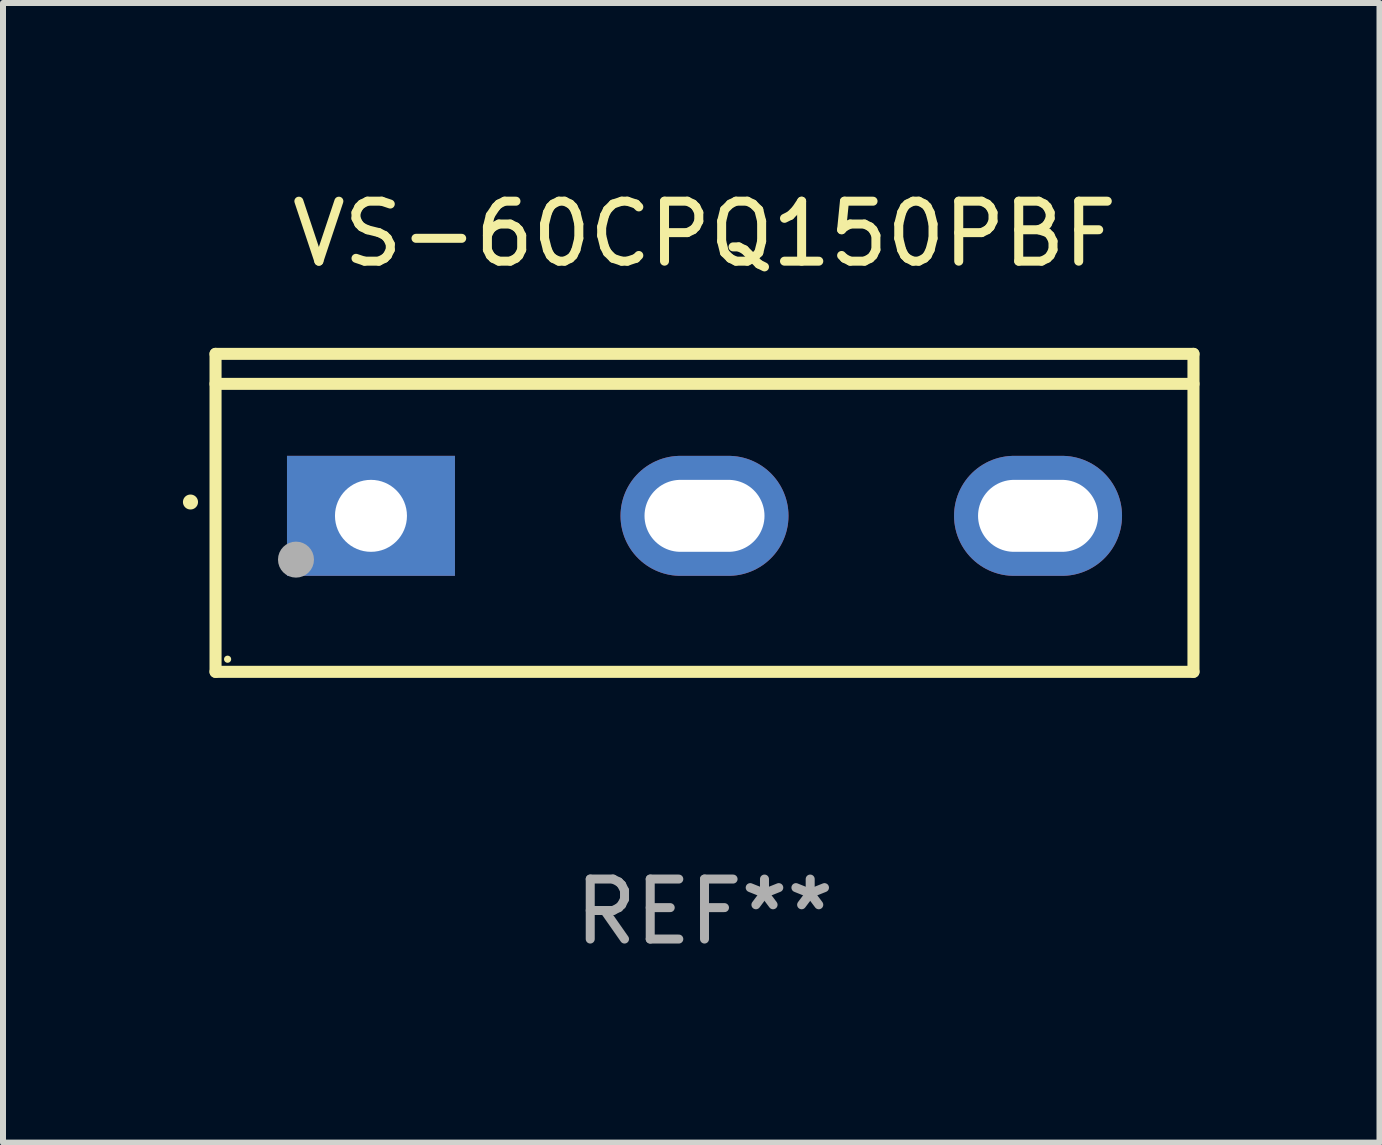
<source format=kicad_pcb>
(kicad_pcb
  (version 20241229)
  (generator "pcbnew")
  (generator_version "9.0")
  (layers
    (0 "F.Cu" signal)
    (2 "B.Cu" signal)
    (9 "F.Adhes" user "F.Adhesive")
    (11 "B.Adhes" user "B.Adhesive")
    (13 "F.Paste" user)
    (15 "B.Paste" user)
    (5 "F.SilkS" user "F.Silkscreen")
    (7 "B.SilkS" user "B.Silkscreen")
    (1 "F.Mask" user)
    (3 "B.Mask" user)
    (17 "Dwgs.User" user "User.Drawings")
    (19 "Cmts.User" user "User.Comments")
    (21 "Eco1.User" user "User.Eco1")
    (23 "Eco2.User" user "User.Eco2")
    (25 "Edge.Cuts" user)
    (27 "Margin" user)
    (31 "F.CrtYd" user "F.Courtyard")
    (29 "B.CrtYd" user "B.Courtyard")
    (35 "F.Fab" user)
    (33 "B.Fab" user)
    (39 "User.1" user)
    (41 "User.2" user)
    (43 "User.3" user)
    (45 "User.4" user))
  (footprint "VS-60CPQ150PBF"
    (layer "F.Cu")
    (at 8.694 5.499)
    (property "Reference" "VS-60CPQ150PBF" (at 0 -4.65 0) (layer "F.SilkS") (effects (font (size 1 1) (thickness 0.15))))
    (attr through_hole)
    (fp_line (start -8.151 -2.65) (end -8.151 2.65) (stroke (width 0.201) (type solid)) (layer "F.SilkS"))
    (fp_line (start 8.151 -2.65) (end -8.151 -2.65) (stroke (width 0.201) (type solid)) (layer "F.SilkS"))
    (fp_line (start 8.151 -2.15) (end -8.151 -2.15) (stroke (width 0.201) (type solid)) (layer "F.SilkS"))
    (fp_line (start 8.151 2.65) (end -8.151 2.65) (stroke (width 0.201) (type solid)) (layer "F.SilkS"))
    (fp_line (start 8.151 2.65) (end 8.151 -2.65) (stroke (width 0.201) (type solid)) (layer "F.SilkS"))
    (fp_arc (start -8.570003 -0.18048) (mid -8.568733 -0.180486) (end -8.567463 -0.18048) (stroke (width 0.24892) (type solid)) (layer "F.SilkS"))
    (fp_circle (center -7.95 2.44) (end -7.92 2.44) (stroke (width 0.06) (type solid)) (fill no) (layer "F.SilkS"))
    (fp_circle (center -6.81 0.78) (end -6.66 0.78) (stroke (width 0.3) (type solid)) (fill no) (layer "F.Fab"))
    (fp_text user "REF**" (at 0 6.65 0) (layer "F.Fab") (effects (font (size 1 1) (thickness 0.15))))
    (pad "1" thru_hole rect (at -5.56 0.05 90) (size 2 2.8) (drill 1.2) (layers "*.Cu" "*.Mask"))
    (pad "2" thru_hole oval (at 0 0.05 90) (size 2 2.8) (drill oval 1.2 2) (layers "*.Cu" "*.Mask"))
    (pad "3" thru_hole oval (at 5.56 0.05 90) (size 2 2.8) (drill oval 1.2 2) (layers "*.Cu" "*.Mask")))
  (gr_rect
    (start -3 -3)
    (end 19.946 15.997)
    (stroke (width 0.1) (type default))
    (fill no)
    (layer "Edge.Cuts")))
</source>
